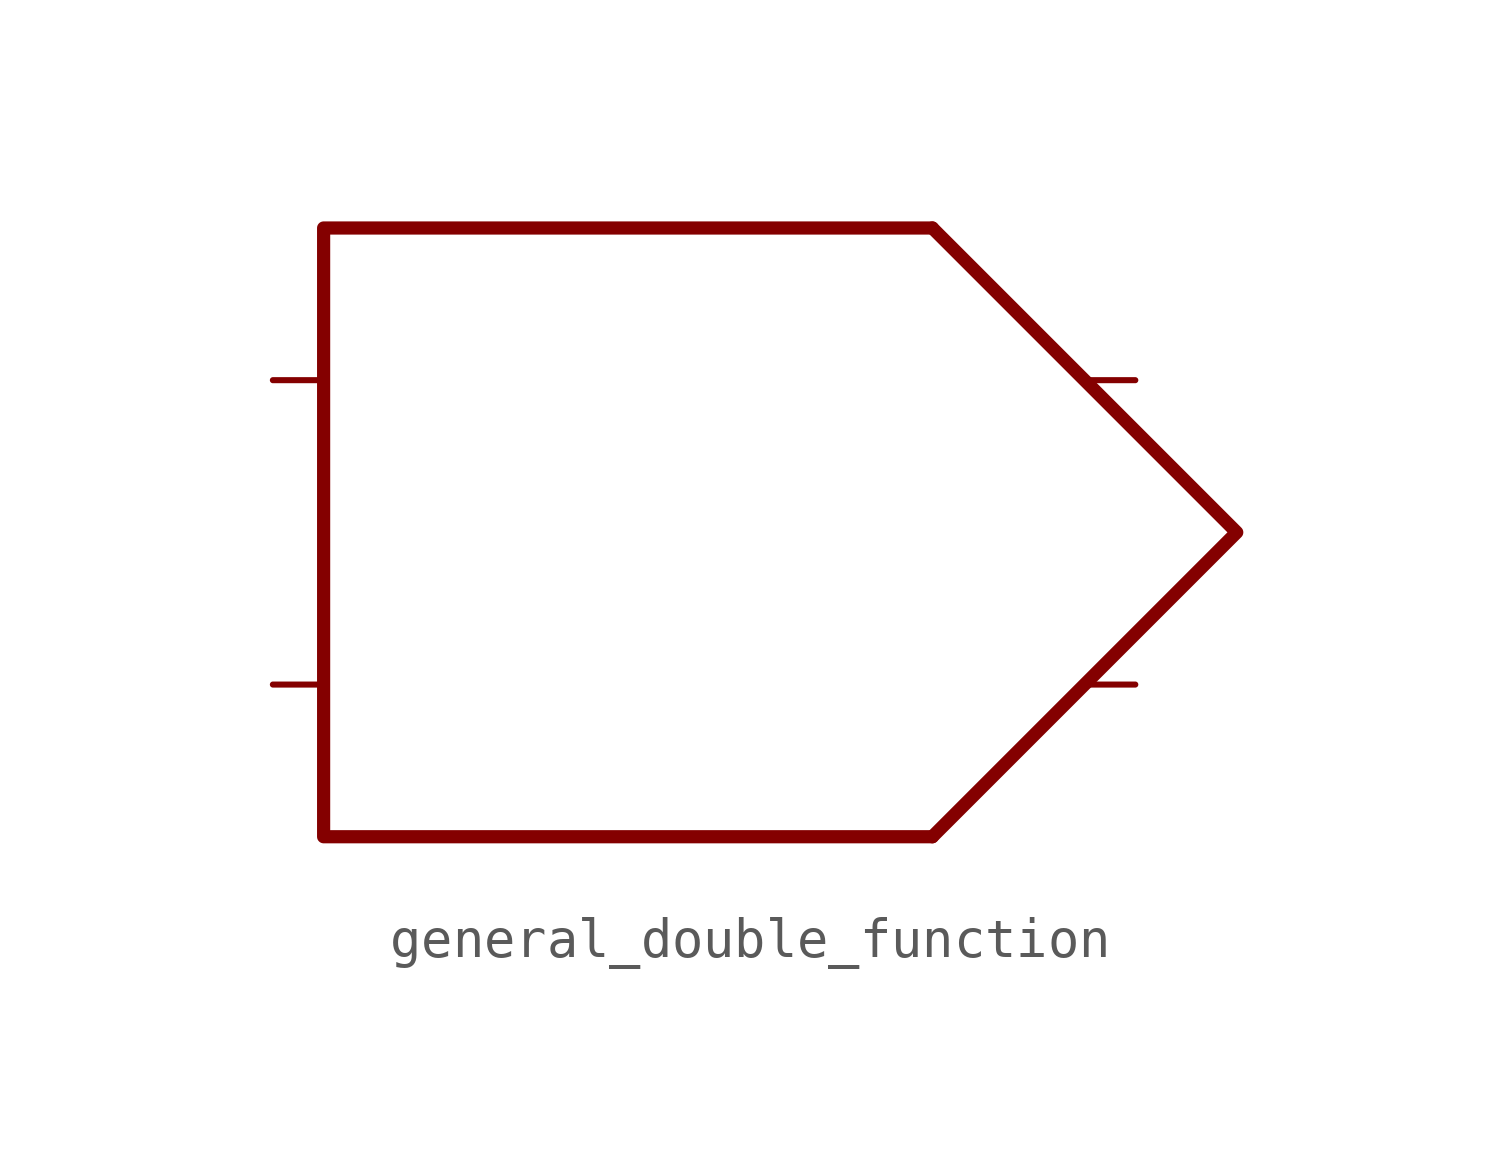
<source format=kicad_sym>
(kicad_symbol_lib
  (version 20211014)
  (generator kicad_symbol_editor)
  (symbol "general_double_function"
    (property "Reference" "U"
      (at 3.81 12.7 0)
      (effects (font (size 1.27 1.27)) hide))
    (symbol "general_double_function_0_0"
      (polyline (pts (xy 0 7.62) (xy -15.24 7.62) (xy -15.24 -7.62) (xy 0 -7.62)) (stroke (width 0.33) (type default) (color 0 0 0 0)) (fill (type none))))
    (symbol "general_double_function_0_1"
      (polyline (pts (xy 0 7.62) (xy 7.62 0) (xy 0 -7.62)) (stroke (width 0.33) (type default) (color 0 0 0 0)) (fill (type none))))
    (symbol "general_double_function_1_1"
      (pin input line (at -16.51 -3.81 0) (length 1.27) (name "" (effects (font (size 1.27 1.27)))) (number "" (effects (font (size 1.27 1.27)))))
      (pin input line (at -16.51 3.81 0) (length 1.27) (name "" (effects (font (size 1.27 1.27)))) (number "" (effects (font (size 1.27 1.27)))))
      (pin output line (at 5.08 -3.81 180) (length 1.27) (name "" (effects (font (size 1.27 1.27)))) (number "" (effects (font (size 1.27 1.27)))))
      (pin output line (at 5.08 3.81 180) (length 1.27) (name "" (effects (font (size 1.27 1.27)))) (number "" (effects (font (size 1.27 1.27))))))))
</source>
